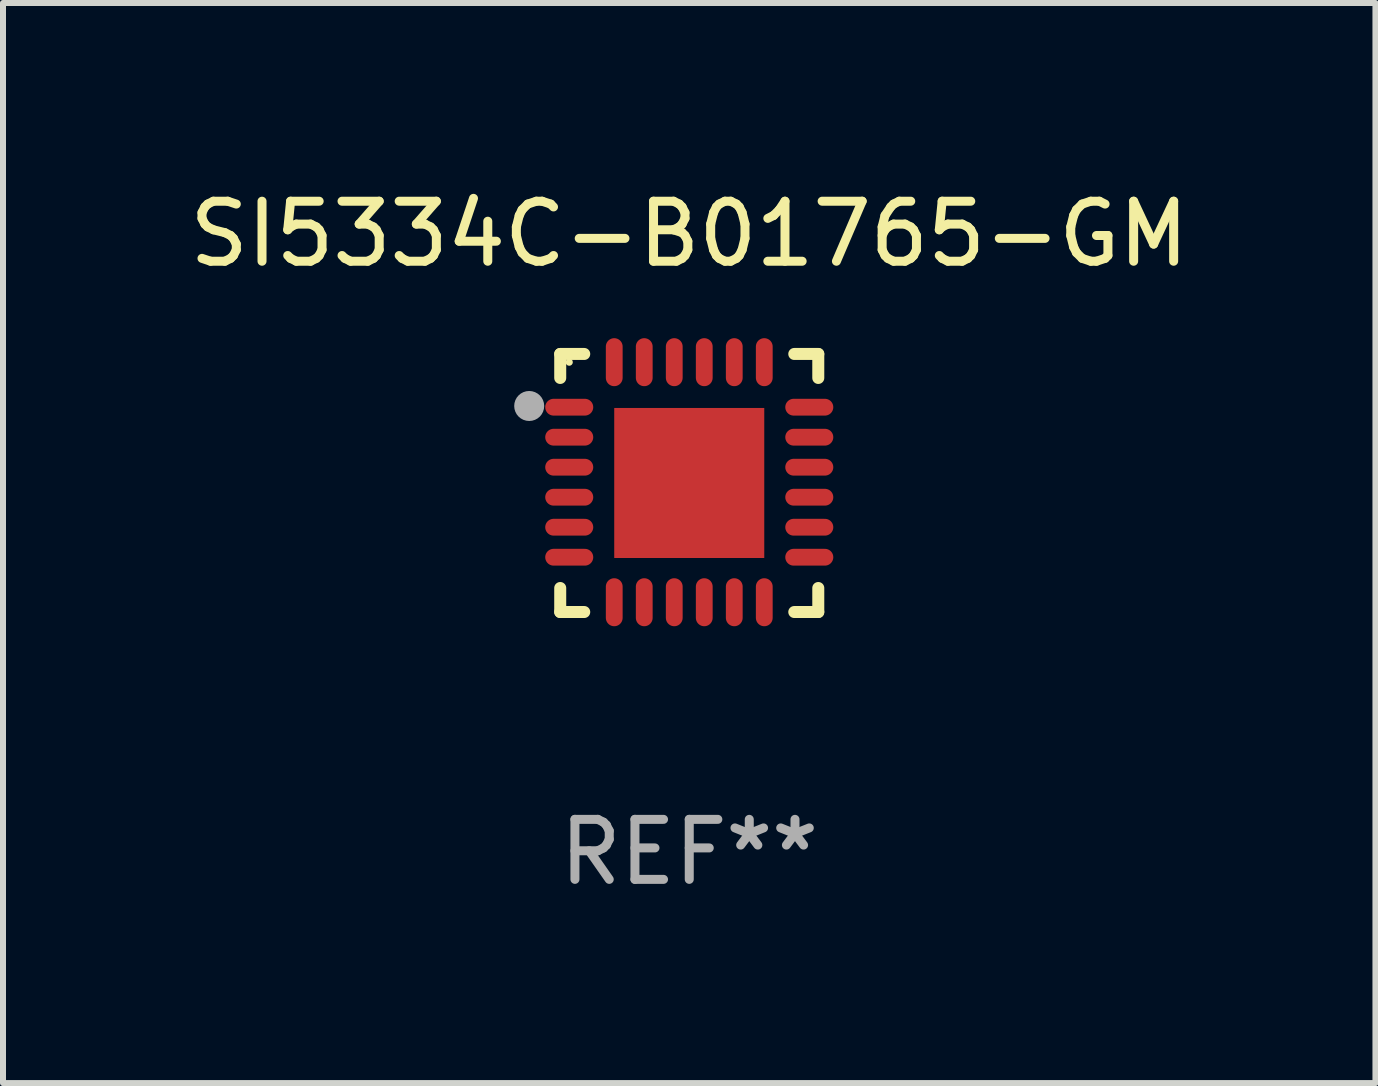
<source format=kicad_pcb>
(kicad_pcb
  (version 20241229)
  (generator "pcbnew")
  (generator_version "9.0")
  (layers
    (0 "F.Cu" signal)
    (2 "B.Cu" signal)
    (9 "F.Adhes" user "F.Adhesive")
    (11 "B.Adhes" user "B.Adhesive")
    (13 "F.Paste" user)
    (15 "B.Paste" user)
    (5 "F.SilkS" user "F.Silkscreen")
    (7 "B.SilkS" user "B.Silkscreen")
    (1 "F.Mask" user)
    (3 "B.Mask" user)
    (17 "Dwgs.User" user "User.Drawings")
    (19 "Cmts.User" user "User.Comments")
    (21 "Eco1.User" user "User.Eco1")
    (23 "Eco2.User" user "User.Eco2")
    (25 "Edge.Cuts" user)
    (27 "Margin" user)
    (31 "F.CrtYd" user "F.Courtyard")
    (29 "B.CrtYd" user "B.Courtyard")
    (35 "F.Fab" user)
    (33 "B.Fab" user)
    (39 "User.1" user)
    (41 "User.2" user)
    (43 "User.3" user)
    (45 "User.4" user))
  (footprint "SI5334C-B01765-GM"
    (layer "F.Cu")
    (at 8.435 4.998)
    (property "Reference" "SI5334C-B01765-GM" (at 0 -4.15 0) (layer "F.SilkS") (effects (font (size 1 1) (thickness 0.15))))
    (attr through_hole)
    (fp_line (start -2.15 -2.15) (end -1.75 -2.15) (stroke (width 0.2) (type solid)) (layer "F.SilkS"))
    (fp_line (start -2.15 -1.75) (end -2.15 -2.15) (stroke (width 0.2) (type solid)) (layer "F.SilkS"))
    (fp_line (start -2.15 2.15) (end -2.15 1.75) (stroke (width 0.2) (type solid)) (layer "F.SilkS"))
    (fp_line (start -1.75 2.15) (end -2.15 2.15) (stroke (width 0.2) (type solid)) (layer "F.SilkS"))
    (fp_line (start 1.75 -2.15) (end 2.15 -2.15) (stroke (width 0.2) (type solid)) (layer "F.SilkS"))
    (fp_line (start 1.75 2.15) (end 2.15 2.15) (stroke (width 0.2) (type solid)) (layer "F.SilkS"))
    (fp_line (start 2.15 -2.15) (end 2.15 -1.75) (stroke (width 0.2) (type solid)) (layer "F.SilkS"))
    (fp_line (start 2.15 2.15) (end 2.15 1.75) (stroke (width 0.2) (type solid)) (layer "F.SilkS"))
    (fp_circle (center -2 -2.013) (end -1.97 -2.013) (stroke (width 0.06) (type solid)) (fill no) (layer "F.SilkS"))
    (fp_circle (center -2.667 -1.283) (end -2.542 -1.283) (stroke (width 0.25) (type solid)) (fill no) (layer "F.Fab"))
    (fp_text user "REF**" (at 0 6.15 0) (layer "F.Fab") (effects (font (size 1 1) (thickness 0.15))))
    (pad "1" smd oval (at -2 -1.263) (size 0.8 0.28) (layers "F.Cu" "F.Mask" "F.Paste"))
    (pad "2" smd oval (at -2 -0.763) (size 0.8 0.28) (layers "F.Cu" "F.Mask" "F.Paste"))
    (pad "3" smd oval (at -2 -0.263) (size 0.8 0.28) (layers "F.Cu" "F.Mask" "F.Paste"))
    (pad "4" smd oval (at -2 0.237) (size 0.8 0.28) (layers "F.Cu" "F.Mask" "F.Paste"))
    (pad "5" smd oval (at -2 0.737) (size 0.8 0.28) (layers "F.Cu" "F.Mask" "F.Paste"))
    (pad "6" smd oval (at -2 1.237) (size 0.8 0.28) (layers "F.Cu" "F.Mask" "F.Paste"))
    (pad "7" smd oval (at -1.25 1.987) (size 0.28 0.8) (layers "F.Cu" "F.Mask" "F.Paste"))
    (pad "8" smd oval (at -0.75 1.987) (size 0.28 0.8) (layers "F.Cu" "F.Mask" "F.Paste"))
    (pad "9" smd oval (at -0.25 1.987) (size 0.28 0.8) (layers "F.Cu" "F.Mask" "F.Paste"))
    (pad "10" smd oval (at 0.25 1.987) (size 0.28 0.8) (layers "F.Cu" "F.Mask" "F.Paste"))
    (pad "11" smd oval (at 0.75 1.987) (size 0.28 0.8) (layers "F.Cu" "F.Mask" "F.Paste"))
    (pad "12" smd oval (at 1.25 1.987) (size 0.28 0.8) (layers "F.Cu" "F.Mask" "F.Paste"))
    (pad "13" smd oval (at 2 1.237) (size 0.8 0.28) (layers "F.Cu" "F.Mask" "F.Paste"))
    (pad "14" smd oval (at 2 0.737) (size 0.8 0.28) (layers "F.Cu" "F.Mask" "F.Paste"))
    (pad "15" smd oval (at 2 0.237) (size 0.8 0.28) (layers "F.Cu" "F.Mask" "F.Paste"))
    (pad "16" smd oval (at 2 -0.263) (size 0.8 0.28) (layers "F.Cu" "F.Mask" "F.Paste"))
    (pad "17" smd oval (at 2 -0.763) (size 0.8 0.28) (layers "F.Cu" "F.Mask" "F.Paste"))
    (pad "18" smd oval (at 2 -1.263) (size 0.8 0.28) (layers "F.Cu" "F.Mask" "F.Paste"))
    (pad "19" smd oval (at 1.25 -2.013) (size 0.28 0.8) (layers "F.Cu" "F.Mask" "F.Paste"))
    (pad "20" smd oval (at 0.75 -2.013) (size 0.28 0.8) (layers "F.Cu" "F.Mask" "F.Paste"))
    (pad "21" smd oval (at 0.25 -2.013) (size 0.28 0.8) (layers "F.Cu" "F.Mask" "F.Paste"))
    (pad "22" smd oval (at -0.25 -2.013) (size 0.28 0.8) (layers "F.Cu" "F.Mask" "F.Paste"))
    (pad "23" smd oval (at -0.75 -2.013) (size 0.28 0.8) (layers "F.Cu" "F.Mask" "F.Paste"))
    (pad "24" smd oval (at -1.25 -2.013) (size 0.28 0.8) (layers "F.Cu" "F.Mask" "F.Paste"))
    (pad "25" smd rect (at -0.000127 -0.00014) (size 2.5 2.5) (layers "F.Cu" "F.Mask" "F.Paste")))
  (gr_rect
    (start -3 -3)
    (end 19.869 14.997)
    (stroke (width 0.1) (type default))
    (fill no)
    (layer "Edge.Cuts")))
</source>
